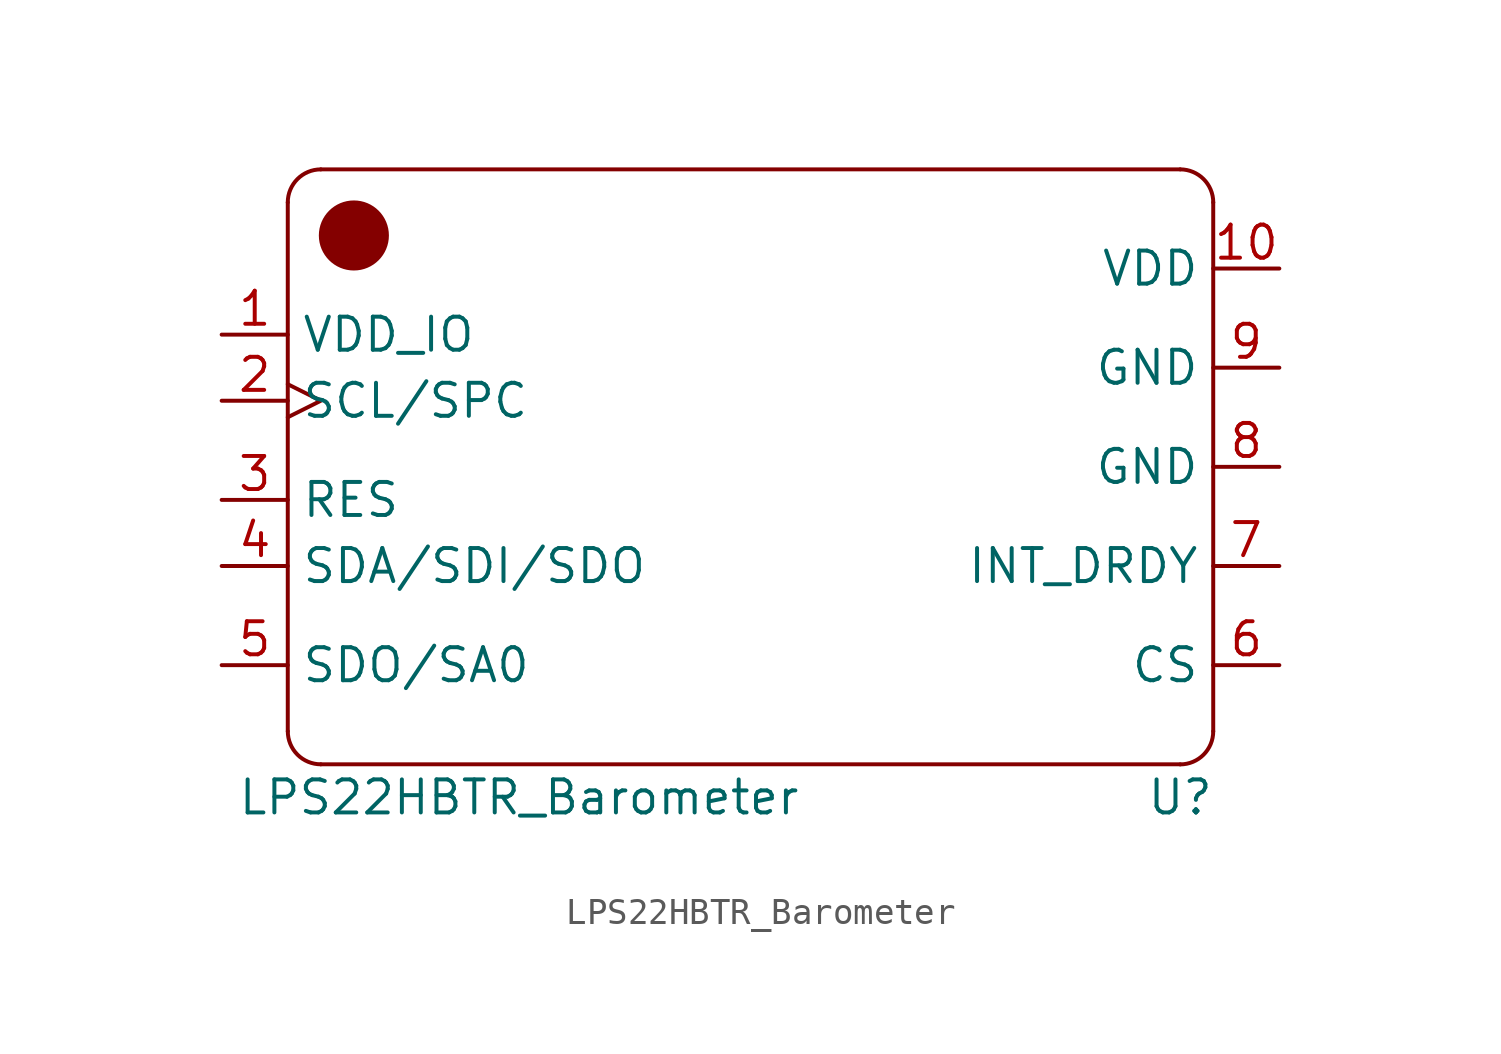
<source format=kicad_sym>
(kicad_symbol_lib
  (version 20211014)
  (generator kicad_symbol_editor)
  (symbol " LPS22HBTR_Barometer"
    (property "Reference" "U"
      (at 16.51 -10.16 0)
      (effects (font (size 1.27 1.27))))
    (property "Value" " LPS22HBTR_Barometer"
      (at -8.89 -10.16 0)
      (effects (font (size 1.27 1.27))))
    (symbol " LPS22HBTR_Barometer_0_1"
      (arc (start -17.78 -7.62) (mid -17.408 -8.518) (end -16.51 -8.89) (stroke (width 0) (type default) (color 0 0 0 0)) (fill (type none)))
      (arc (start -16.5101 13.9701) (mid -17.4081 13.5981) (end -17.7801 12.7001) (stroke (width 0) (type default) (color 0 0 0 0)) (fill (type none)))
      (circle (center -15.24 11.43) (radius 1.27) (stroke (width 0) (type default) (color 0 0 0 0)) (fill (type outline)))
      (polyline (pts (xy -17.78 -7.62) (xy -17.78 12.7)) (stroke (width 0) (type default) (color 0 0 0 0)) (fill (type none)))
      (polyline (pts (xy -16.51 13.97) (xy 16.51 13.97)) (stroke (width 0) (type default) (color 0 0 0 0)) (fill (type none)))
      (polyline (pts (xy 16.51 -8.89) (xy -16.51 -8.89)) (stroke (width 0) (type default) (color 0 0 0 0)) (fill (type none)))
      (polyline (pts (xy 17.78 12.7) (xy 17.78 -7.62)) (stroke (width 0) (type default) (color 0 0 0 0)) (fill (type none)))
      (arc (start 16.5101 -8.8901) (mid 17.4081 -8.5181) (end 17.7801 -7.6201) (stroke (width 0) (type default) (color 0 0 0 0)) (fill (type none)))
      (arc (start 17.7801 12.7001) (mid 17.4081 13.5981) (end 16.5101 13.9701) (stroke (width 0) (type default) (color 0 0 0 0)) (fill (type none))))
    (symbol " LPS22HBTR_Barometer_1_1"
      (pin power_in line (at -20.32 7.62 0) (length 2.54) (name "VDD_IO" (effects (font (size 1.27 1.27)))) (number "1" (effects (font (size 1.27 1.27)))))
      (pin power_in line (at 20.32 10.16 180) (length 2.54) (name "VDD" (effects (font (size 1.27 1.27)))) (number "10" (effects (font (size 1.27 1.27)))))
      (pin input clock (at -20.32 5.08 0) (length 2.54) (name "SCL/SPC" (effects (font (size 1.27 1.27)))) (number "2" (effects (font (size 1.27 1.27)))))
      (pin input line (at -20.32 1.27 0) (length 2.54) (name "RES" (effects (font (size 1.27 1.27)))) (number "3" (effects (font (size 1.27 1.27)))))
      (pin bidirectional line (at -20.32 -1.27 0) (length 2.54) (name "SDA/SDI/SDO" (effects (font (size 1.27 1.27)))) (number "4" (effects (font (size 1.27 1.27)))))
      (pin bidirectional line (at -20.32 -5.08 0) (length 2.54) (name "SDO/SA0" (effects (font (size 1.27 1.27)))) (number "5" (effects (font (size 1.27 1.27)))))
      (pin input line (at 20.32 -5.08 180) (length 2.54) (name "CS" (effects (font (size 1.27 1.27)))) (number "6" (effects (font (size 1.27 1.27)))))
      (pin output line (at 20.32 -1.27 180) (length 2.54) (name "INT_DRDY" (effects (font (size 1.27 1.27)))) (number "7" (effects (font (size 1.27 1.27)))))
      (pin input line (at 20.32 2.54 180) (length 2.54) (name "GND" (effects (font (size 1.27 1.27)))) (number "8" (effects (font (size 1.27 1.27)))))
      (pin input line (at 20.32 6.35 180) (length 2.54) (name "GND" (effects (font (size 1.27 1.27)))) (number "9" (effects (font (size 1.27 1.27))))))))
</source>
